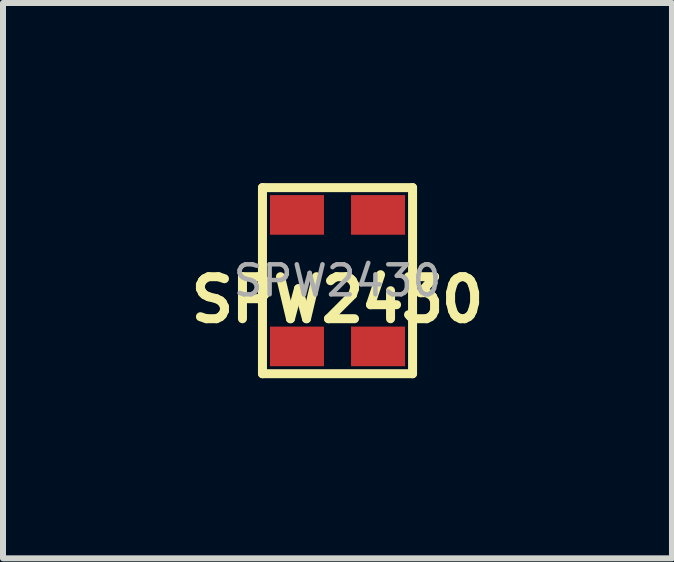
<source format=kicad_pcb>
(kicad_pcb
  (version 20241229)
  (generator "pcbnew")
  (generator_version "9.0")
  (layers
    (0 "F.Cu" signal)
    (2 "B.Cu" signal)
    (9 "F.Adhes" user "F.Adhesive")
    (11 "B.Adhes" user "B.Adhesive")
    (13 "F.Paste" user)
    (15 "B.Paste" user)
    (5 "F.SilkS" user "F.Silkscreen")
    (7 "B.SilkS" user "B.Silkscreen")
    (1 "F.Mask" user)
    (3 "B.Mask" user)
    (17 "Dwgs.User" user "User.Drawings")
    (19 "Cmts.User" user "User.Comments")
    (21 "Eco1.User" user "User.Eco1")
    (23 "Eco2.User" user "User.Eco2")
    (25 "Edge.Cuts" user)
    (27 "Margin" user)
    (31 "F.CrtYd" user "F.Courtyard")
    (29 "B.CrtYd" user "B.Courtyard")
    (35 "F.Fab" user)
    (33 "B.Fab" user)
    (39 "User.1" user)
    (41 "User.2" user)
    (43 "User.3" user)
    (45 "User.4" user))
  (footprint "SPW2430"
    (layer "F.Cu")
    (at 2.572 1.625)
    (property "Reference" "SPW2430" (at 0 0.318 0) (layer "F.SilkS") (effects (font (size 0.7 0.7) (thickness 0.15))))
    (attr smd)
    (fp_line (start -1.25 -1.55) (end -1.25 1.55) (stroke (width 0.15) (type solid)) (layer "F.SilkS"))
    (fp_line (start -1.25 -1.55) (end 1.25 -1.55) (stroke (width 0.15) (type solid)) (layer "F.SilkS"))
    (fp_line (start -1.25 1.55) (end 1.25 1.55) (stroke (width 0.15) (type solid)) (layer "F.SilkS"))
    (fp_line (start 1.25 1.55) (end 1.25 -1.55) (stroke (width 0.15) (type solid)) (layer "F.SilkS"))
    (fp_text user "${REFERENCE}" (at 0 0 0) (layer "F.Fab") (effects (font (size 0.5 0.5) (thickness 0.075))))
    (pad "1" smd rect (at 0.675 -1.095) (size 0.9 0.66) (layers "F.Cu" "F.Mask" "F.Paste"))
    (pad "2" smd rect (at 0.675 1.095) (size 0.9 0.66) (layers "F.Cu" "F.Mask" "F.Paste"))
    (pad "3" smd rect (at -0.675 1.095) (size 0.9 0.66) (layers "F.Cu" "F.Mask" "F.Paste"))
    (pad "4" smd rect (at -0.675 -1.095) (size 0.9 0.66) (layers "F.Cu" "F.Mask" "F.Paste")))
  (gr_rect
    (start -3 -3)
    (end 8.143 6.25)
    (stroke (width 0.1) (type default))
    (fill no)
    (layer "Edge.Cuts")))
</source>
